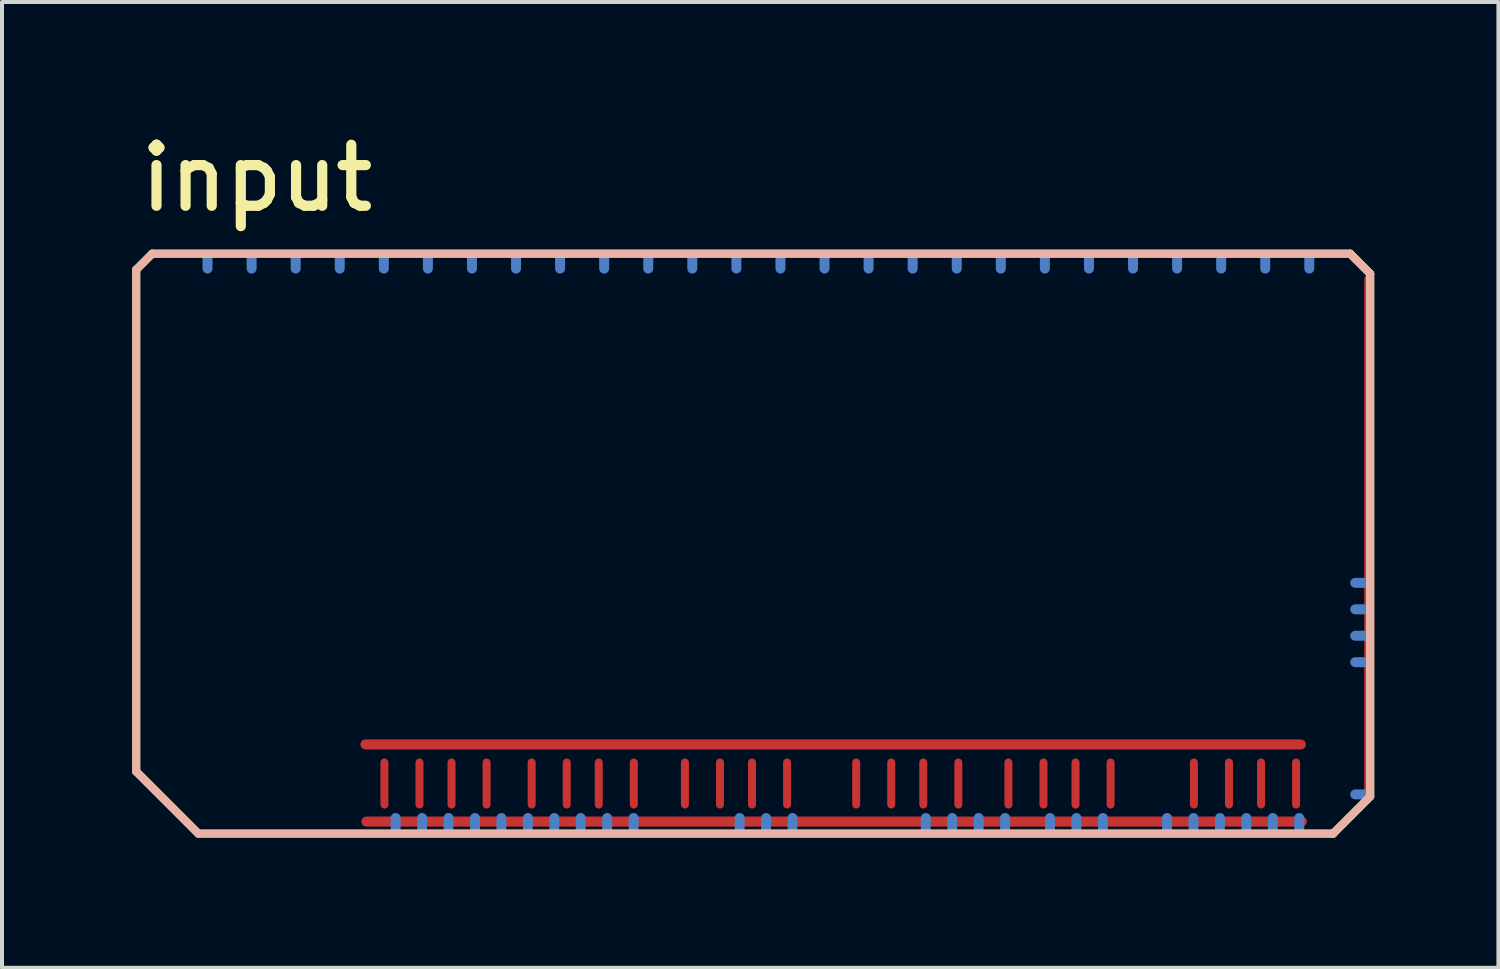
<source format=kicad_pcb>
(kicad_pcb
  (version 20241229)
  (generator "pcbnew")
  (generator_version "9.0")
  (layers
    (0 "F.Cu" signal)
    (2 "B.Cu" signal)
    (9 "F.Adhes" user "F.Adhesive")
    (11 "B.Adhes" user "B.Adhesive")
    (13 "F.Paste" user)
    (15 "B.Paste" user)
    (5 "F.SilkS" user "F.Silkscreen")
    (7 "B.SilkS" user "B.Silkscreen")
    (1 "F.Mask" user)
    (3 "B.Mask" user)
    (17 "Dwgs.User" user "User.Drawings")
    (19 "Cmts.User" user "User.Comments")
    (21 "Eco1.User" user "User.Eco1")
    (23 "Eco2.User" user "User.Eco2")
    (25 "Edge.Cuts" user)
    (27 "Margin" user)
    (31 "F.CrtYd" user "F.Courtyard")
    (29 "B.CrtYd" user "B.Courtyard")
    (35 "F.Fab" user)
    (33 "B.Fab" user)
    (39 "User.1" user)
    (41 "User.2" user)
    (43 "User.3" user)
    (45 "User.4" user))
  (footprint "input"
    (layer "F.Cu")
    (at 0.25 17.856)
    (property "Reference" "input" (at 0.076 -15.57 0) (unlocked yes) (layer "F.SilkS") (effects (font (size 1.524 1.524) (thickness 0.254)) (justify left bottom)))
    (attr through_hole)
    (fp_line (start 0.1 -14.175) (end 0.5 -14.575) (stroke (width 0.2) (type solid)) (layer "F.SilkS"))
    (fp_line (start 0.1 -1.65) (end 0.1 -14.175) (stroke (width 0.2) (type solid)) (layer "F.SilkS"))
    (fp_line (start 0.1 -1.65) (end 1.65 -0.1) (stroke (width 0.2) (type solid)) (layer "F.SilkS"))
    (fp_line (start 0.5 -14.575) (end 30.4 -14.575) (stroke (width 0.2) (type solid)) (layer "F.SilkS"))
    (fp_line (start 1.65 -0.1) (end 29.98 -0.1) (stroke (width 0.2) (type solid)) (layer "F.SilkS"))
    (fp_line (start 29.975 -0.1) (end 30.9 -1.025) (stroke (width 0.2) (type solid)) (layer "F.SilkS"))
    (fp_line (start 30.4 -14.575) (end 30.9 -14.075) (stroke (width 0.2) (type solid)) (layer "F.SilkS"))
    (fp_line (start 30.9 -1.025) (end 30.9 -14.075) (stroke (width 0.2) (type solid)) (layer "F.SilkS"))
    (fp_line (start 0.1 -14.175) (end 0.5 -14.575) (stroke (width 0.2) (type solid)) (layer "B.SilkS"))
    (fp_line (start 0.1 -1.65) (end 0.1 -14.175) (stroke (width 0.2) (type solid)) (layer "B.SilkS"))
    (fp_line (start 0.1 -1.65) (end 1.65 -0.1) (stroke (width 0.2) (type solid)) (layer "B.SilkS"))
    (fp_line (start 0.5 -14.575) (end 30.4 -14.575) (stroke (width 0.2) (type solid)) (layer "B.SilkS"))
    (fp_line (start 1.65 -0.1) (end 29.98 -0.1) (stroke (width 0.2) (type solid)) (layer "B.SilkS"))
    (fp_line (start 29.975 -0.1) (end 30.9 -1.025) (stroke (width 0.2) (type solid)) (layer "B.SilkS"))
    (fp_line (start 30.4 -14.575) (end 30.9 -14.075) (stroke (width 0.2) (type solid)) (layer "B.SilkS"))
    (fp_line (start 30.9 -1.025) (end 30.9 -14.075) (stroke (width 0.2) (type solid)) (layer "B.SilkS"))
    (pad "E1" smd roundrect (at 30.65 -6.358 90) (size 0.25 0.5) (layers "B.Cu" "B.Mask" "B.Paste") (roundrect_rratio 0.5))
    (pad "E1" smd roundrect (at 30.85 -7.545 180) (size 0.2 13) (layers "F.Cu" "F.Paste") (roundrect_rratio 0.5))
    (pad "E2" smd roundrect (at 30.65 -5.698 90) (size 0.25 0.5) (layers "B.Cu" "B.Mask" "B.Paste") (roundrect_rratio 0.5))
    (pad "E3" smd roundrect (at 30.65 -5.038 90) (size 0.25 0.5) (layers "B.Cu" "B.Mask" "B.Paste") (roundrect_rratio 0.5))
    (pad "E4" smd roundrect (at 30.65 -4.378 90) (size 0.25 0.5) (layers "B.Cu" "B.Mask" "B.Paste") (roundrect_rratio 0.5))
    (pad "E5" smd roundrect (at 30.65 -1.078 90) (size 0.25 0.5) (layers "B.Cu" "B.Mask" "B.Paste") (roundrect_rratio 0.5))
    (pad "J1" smd roundrect (at 17.495 -2.325 90) (size 0.25 23.6) (layers "F.Cu" "F.Paste") (roundrect_rratio 0.5))
    (pad "J2" smd roundrect (at 17.52 -0.4 270) (size 0.25 23.6) (layers "F.Cu" "F.Paste") (roundrect_rratio 0.5))
    (pad "J3" smd roundrect (at 6.295 -1.35) (size 0.2 1.25) (layers "F.Cu" "F.Paste") (roundrect_rratio 0.5))
    (pad "J4" smd roundrect (at 7.17 -1.35) (size 0.2 1.25) (layers "F.Cu" "F.Paste") (roundrect_rratio 0.5))
    (pad "J5" smd roundrect (at 7.97 -1.35) (size 0.2 1.25) (layers "F.Cu" "F.Paste") (roundrect_rratio 0.5))
    (pad "J6" smd roundrect (at 8.845 -1.35) (size 0.2 1.25) (layers "F.Cu" "F.Paste") (roundrect_rratio 0.5))
    (pad "J7" smd roundrect (at 9.97 -1.35) (size 0.2 1.25) (layers "F.Cu" "F.Paste") (roundrect_rratio 0.5))
    (pad "J8" smd roundrect (at 10.845 -1.35) (size 0.2 1.25) (layers "F.Cu" "F.Paste") (roundrect_rratio 0.5))
    (pad "J9" smd roundrect (at 11.645 -1.35) (size 0.2 1.25) (layers "F.Cu" "F.Paste") (roundrect_rratio 0.5))
    (pad "J10" smd roundrect (at 12.52 -1.35) (size 0.2 1.25) (layers "F.Cu" "F.Paste") (roundrect_rratio 0.5))
    (pad "J11" smd roundrect (at 13.795 -1.35) (size 0.2 1.25) (layers "F.Cu" "F.Paste") (roundrect_rratio 0.5))
    (pad "J12" smd roundrect (at 14.67 -1.35) (size 0.2 1.25) (layers "F.Cu" "F.Paste") (roundrect_rratio 0.5))
    (pad "J13" smd roundrect (at 15.47 -1.35) (size 0.2 1.25) (layers "F.Cu" "F.Paste") (roundrect_rratio 0.5))
    (pad "J14" smd roundrect (at 16.345 -1.35) (size 0.2 1.25) (layers "F.Cu" "F.Paste") (roundrect_rratio 0.5))
    (pad "J15" smd roundrect (at 18.07 -1.35) (size 0.2 1.25) (layers "F.Cu" "F.Paste") (roundrect_rratio 0.5))
    (pad "J16" smd roundrect (at 18.945 -1.35) (size 0.2 1.25) (layers "F.Cu" "F.Paste") (roundrect_rratio 0.5))
    (pad "J17" smd roundrect (at 19.745 -1.35) (size 0.2 1.25) (layers "F.Cu" "F.Paste") (roundrect_rratio 0.5))
    (pad "J18" smd roundrect (at 20.62 -1.35) (size 0.2 1.25) (layers "F.Cu" "F.Paste") (roundrect_rratio 0.5))
    (pad "J19" smd roundrect (at 21.87 -1.35) (size 0.2 1.25) (layers "F.Cu" "F.Paste") (roundrect_rratio 0.5))
    (pad "J20" smd roundrect (at 22.745 -1.35) (size 0.2 1.25) (layers "F.Cu" "F.Paste") (roundrect_rratio 0.5))
    (pad "J21" smd roundrect (at 23.545 -1.35) (size 0.2 1.25) (layers "F.Cu" "F.Paste") (roundrect_rratio 0.5))
    (pad "J22" smd roundrect (at 24.42 -1.35) (size 0.2 1.25) (layers "F.Cu" "F.Paste") (roundrect_rratio 0.5))
    (pad "J23" smd roundrect (at 26.5 -1.35) (size 0.2 1.25) (layers "F.Cu" "F.Paste") (roundrect_rratio 0.5))
    (pad "J24" smd roundrect (at 27.375 -1.35) (size 0.2 1.25) (layers "F.Cu" "F.Paste") (roundrect_rratio 0.5))
    (pad "J25" smd roundrect (at 28.175 -1.35) (size 0.2 1.25) (layers "F.Cu" "F.Paste") (roundrect_rratio 0.5))
    (pad "J26" smd roundrect (at 29.05 -1.35) (size 0.2 1.25) (layers "F.Cu" "F.Paste") (roundrect_rratio 0.5))
    (pad "N1" smd roundrect (at 1.88 -14.327 180) (size 0.25 0.5) (layers "B.Cu" "B.Mask" "B.Paste") (roundrect_rratio 0.5))
    (pad "N2" smd roundrect (at 2.98 -14.327) (size 0.25 0.5) (layers "B.Cu" "B.Mask" "B.Paste") (roundrect_rratio 0.5))
    (pad "N3" smd roundrect (at 4.08 -14.327) (size 0.25 0.5) (layers "B.Cu" "B.Mask" "B.Paste") (roundrect_rratio 0.5))
    (pad "N4" smd roundrect (at 5.18 -14.327) (size 0.25 0.5) (layers "B.Cu" "B.Mask" "B.Paste") (roundrect_rratio 0.5))
    (pad "N5" smd roundrect (at 6.28 -14.327) (size 0.25 0.5) (layers "B.Cu" "B.Mask" "B.Paste") (roundrect_rratio 0.5))
    (pad "N6" smd roundrect (at 7.38 -14.327) (size 0.25 0.5) (layers "B.Cu" "B.Mask" "B.Paste") (roundrect_rratio 0.5))
    (pad "N7" smd roundrect (at 8.48 -14.327) (size 0.25 0.5) (layers "B.Cu" "B.Mask" "B.Paste") (roundrect_rratio 0.5))
    (pad "N8" smd roundrect (at 9.58 -14.327) (size 0.25 0.5) (layers "B.Cu" "B.Mask" "B.Paste") (roundrect_rratio 0.5))
    (pad "N9" smd roundrect (at 10.68 -14.327) (size 0.25 0.5) (layers "B.Cu" "B.Mask" "B.Paste") (roundrect_rratio 0.5))
    (pad "N10" smd roundrect (at 11.78 -14.327) (size 0.25 0.5) (layers "B.Cu" "B.Mask" "B.Paste") (roundrect_rratio 0.5))
    (pad "N11" smd roundrect (at 12.88 -14.327) (size 0.25 0.5) (layers "B.Cu" "B.Mask" "B.Paste") (roundrect_rratio 0.5))
    (pad "N12" smd roundrect (at 13.98 -14.327) (size 0.25 0.5) (layers "B.Cu" "B.Mask" "B.Paste") (roundrect_rratio 0.5))
    (pad "N13" smd roundrect (at 15.08 -14.327) (size 0.25 0.5) (layers "B.Cu" "B.Mask" "B.Paste") (roundrect_rratio 0.5))
    (pad "N14" smd roundrect (at 16.18 -14.327) (size 0.25 0.5) (layers "B.Cu" "B.Mask" "B.Paste") (roundrect_rratio 0.5))
    (pad "N15" smd roundrect (at 17.28 -14.327) (size 0.25 0.5) (layers "B.Cu" "B.Mask" "B.Paste") (roundrect_rratio 0.5))
    (pad "N16" smd roundrect (at 18.38 -14.327) (size 0.25 0.5) (layers "B.Cu" "B.Mask" "B.Paste") (roundrect_rratio 0.5))
    (pad "N17" smd roundrect (at 19.48 -14.327) (size 0.25 0.5) (layers "B.Cu" "B.Mask" "B.Paste") (roundrect_rratio 0.5))
    (pad "N18" smd roundrect (at 20.58 -14.327) (size 0.25 0.5) (layers "B.Cu" "B.Mask" "B.Paste") (roundrect_rratio 0.5))
    (pad "N19" smd roundrect (at 21.68 -14.327) (size 0.25 0.5) (layers "B.Cu" "B.Mask" "B.Paste") (roundrect_rratio 0.5))
    (pad "N20" smd roundrect (at 22.78 -14.327) (size 0.25 0.5) (layers "B.Cu" "B.Mask" "B.Paste") (roundrect_rratio 0.5))
    (pad "N21" smd roundrect (at 23.88 -14.327) (size 0.25 0.5) (layers "B.Cu" "B.Mask" "B.Paste") (roundrect_rratio 0.5))
    (pad "N22" smd roundrect (at 24.98 -14.327) (size 0.25 0.5) (layers "B.Cu" "B.Mask" "B.Paste") (roundrect_rratio 0.5))
    (pad "N23" smd roundrect (at 26.08 -14.327) (size 0.25 0.5) (layers "B.Cu" "B.Mask" "B.Paste") (roundrect_rratio 0.5))
    (pad "N24" smd roundrect (at 27.18 -14.327) (size 0.25 0.5) (layers "B.Cu" "B.Mask" "B.Paste") (roundrect_rratio 0.5))
    (pad "N25" smd roundrect (at 28.28 -14.327) (size 0.25 0.5) (layers "B.Cu" "B.Mask" "B.Paste") (roundrect_rratio 0.5))
    (pad "N26" smd roundrect (at 29.38 -14.327) (size 0.25 0.5) (layers "B.Cu" "B.Mask" "B.Paste") (roundrect_rratio 0.5))
    (pad "S1" smd roundrect (at 29.129 -0.365) (size 0.25 0.5) (layers "B.Cu" "B.Mask" "B.Paste") (roundrect_rratio 0.5))
    (pad "S2" smd roundrect (at 28.469 -0.365) (size 0.25 0.5) (layers "B.Cu" "B.Mask" "B.Paste") (roundrect_rratio 0.5))
    (pad "S3" smd roundrect (at 27.809 -0.365) (size 0.25 0.5) (layers "B.Cu" "B.Mask" "B.Paste") (roundrect_rratio 0.5))
    (pad "S4" smd roundrect (at 27.149 -0.365) (size 0.25 0.5) (layers "B.Cu" "B.Mask" "B.Paste") (roundrect_rratio 0.5))
    (pad "S5" smd roundrect (at 26.489 -0.365) (size 0.25 0.5) (layers "B.Cu" "B.Mask" "B.Paste") (roundrect_rratio 0.5))
    (pad "S6" smd roundrect (at 25.829 -0.365) (size 0.25 0.5) (layers "B.Cu" "B.Mask" "B.Paste") (roundrect_rratio 0.5))
    (pad "S7" smd roundrect (at 24.228 -0.365) (size 0.25 0.5) (layers "B.Cu" "B.Mask" "B.Paste") (roundrect_rratio 0.5))
    (pad "S8" smd roundrect (at 23.568 -0.365) (size 0.25 0.5) (layers "B.Cu" "B.Mask" "B.Paste") (roundrect_rratio 0.5))
    (pad "S9" smd roundrect (at 22.908 -0.365) (size 0.25 0.5) (layers "B.Cu" "B.Mask" "B.Paste") (roundrect_rratio 0.5))
    (pad "S10" smd roundrect (at 21.787 -0.365) (size 0.25 0.5) (layers "B.Cu" "B.Mask" "B.Paste") (roundrect_rratio 0.5))
    (pad "S11" smd roundrect (at 21.127 -0.365) (size 0.25 0.5) (layers "B.Cu" "B.Mask" "B.Paste") (roundrect_rratio 0.5))
    (pad "S12" smd roundrect (at 20.467 -0.365) (size 0.25 0.5) (layers "B.Cu" "B.Mask" "B.Paste") (roundrect_rratio 0.5))
    (pad "S13" smd roundrect (at 19.807 -0.365) (size 0.25 0.5) (layers "B.Cu" "B.Mask" "B.Paste") (roundrect_rratio 0.5))
    (pad "S14" smd roundrect (at 16.481 -0.365) (size 0.25 0.5) (layers "B.Cu" "B.Mask" "B.Paste") (roundrect_rratio 0.5))
    (pad "S15" smd roundrect (at 15.821 -0.365) (size 0.25 0.5) (layers "B.Cu" "B.Mask" "B.Paste") (roundrect_rratio 0.5))
    (pad "S16" smd roundrect (at 15.161 -0.365) (size 0.25 0.5) (layers "B.Cu" "B.Mask" "B.Paste") (roundrect_rratio 0.5))
    (pad "S17" smd roundrect (at 12.515 -0.365) (size 0.25 0.5) (layers "B.Cu" "B.Mask" "B.Paste") (roundrect_rratio 0.5))
    (pad "S18" smd roundrect (at 11.855 -0.365) (size 0.25 0.5) (layers "B.Cu" "B.Mask" "B.Paste") (roundrect_rratio 0.5))
    (pad "S19" smd roundrect (at 11.195 -0.365) (size 0.25 0.5) (layers "B.Cu" "B.Mask" "B.Paste") (roundrect_rratio 0.5))
    (pad "S20" smd roundrect (at 10.535 -0.365) (size 0.25 0.5) (layers "B.Cu" "B.Mask" "B.Paste") (roundrect_rratio 0.5))
    (pad "S21" smd roundrect (at 9.875 -0.365) (size 0.25 0.5) (layers "B.Cu" "B.Mask" "B.Paste") (roundrect_rratio 0.5))
    (pad "S22" smd roundrect (at 9.215 -0.365) (size 0.25 0.5) (layers "B.Cu" "B.Mask" "B.Paste") (roundrect_rratio 0.5))
    (pad "S23" smd roundrect (at 8.555 -0.365) (size 0.25 0.5) (layers "B.Cu" "B.Mask" "B.Paste") (roundrect_rratio 0.5))
    (pad "S24" smd roundrect (at 7.895 -0.365) (size 0.25 0.5) (layers "B.Cu" "B.Mask" "B.Paste") (roundrect_rratio 0.5))
    (pad "S25" smd roundrect (at 7.235 -0.365) (size 0.25 0.5) (layers "B.Cu" "B.Mask" "B.Paste") (roundrect_rratio 0.5))
    (pad "S26" smd roundrect (at 6.575 -0.365) (size 0.25 0.5) (layers "B.Cu" "B.Mask" "B.Paste") (roundrect_rratio 0.5))
    (zone (net_name "") (layer "F.Cu") (hatch edge 0.2) (connect_pads) (min_thickness 0.254) (filled_areas_thickness no) (keepout (tracks allowed) (vias allowed) (pads allowed) (copperpour not_allowed) (footprints allowed)) (placement (enabled no)) (fill) (polygon (pts (xy 0.075 16.281) (xy 0.122 16.226) (xy 0.075 3.706) (xy 0.734 3.047) (xy 30.766 3.047) (xy 31.35 3.631) (xy 31.35 3.706) (xy 31.136 3.92) (xy 31.136 17.136) (xy 31.148 17.148) (xy 30.264 18.031) (xy 1.825 18.031))))
    (zone (net_name "") (layer "B.Cu") (hatch edge 0.2) (connect_pads) (min_thickness 0.254) (filled_areas_thickness no) (keepout (tracks allowed) (vias allowed) (pads allowed) (copperpour not_allowed) (footprints allowed)) (placement (enabled no)) (fill) (polygon (pts (xy 0.075 16.281) (xy 0.122 16.226) (xy 0.075 3.706) (xy 0.734 3.047) (xy 30.766 3.047) (xy 31.35 3.631) (xy 31.35 3.706) (xy 31.136 3.92) (xy 31.136 17.136) (xy 31.148 17.148) (xy 30.264 18.031) (xy 1.825 18.031)))))
  (gr_rect
    (start -3 -3)
    (end 34.35 21.106)
    (stroke (width 0.1) (type default))
    (fill no)
    (layer "Edge.Cuts")))
</source>
